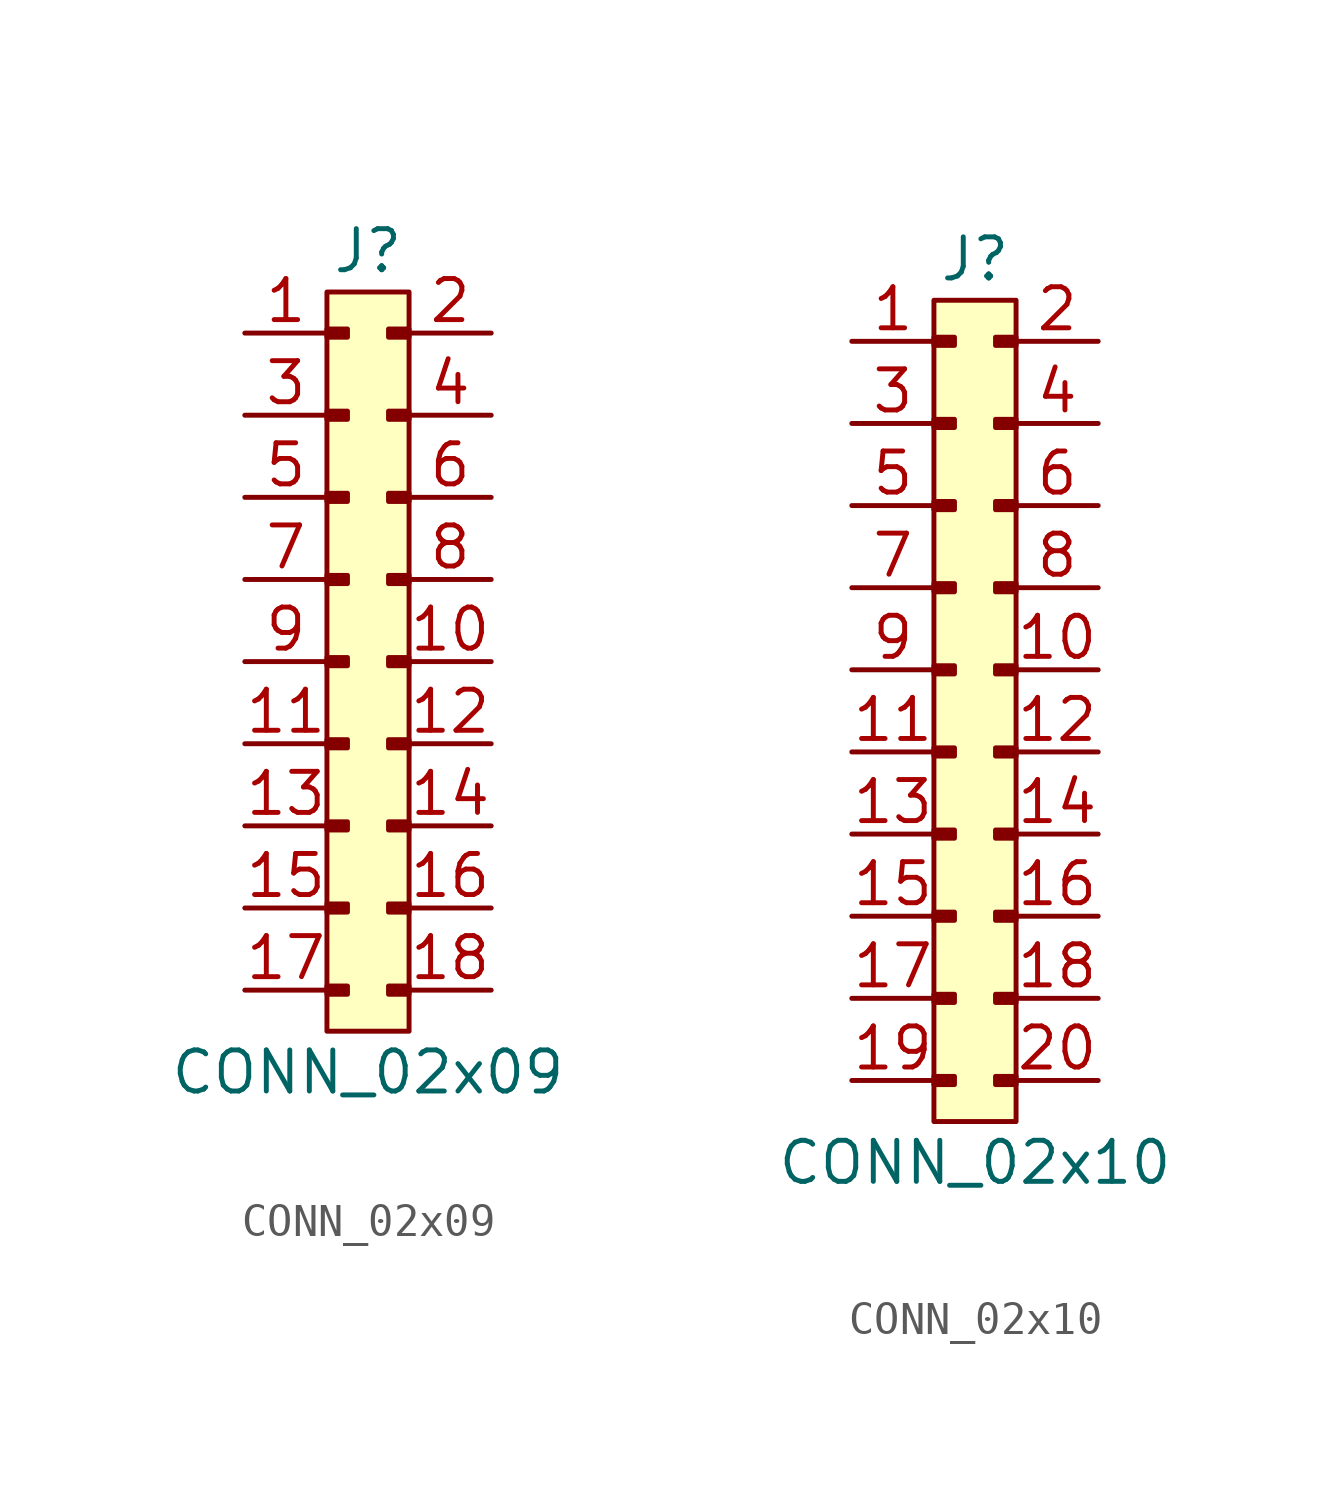
<source format=kicad_sym>
(kicad_symbol_lib
  (version 20211014)
  (generator agg_kicad.build_lib_connector)
  (symbol "CONN_02x09"
    (pin_names hide)
    (property Reference J
      (at -1.27 2.54 0)
      (effects (font (size 1.27 1.27))))
    (property Value "CONN_02x09"
      (at -1.27 -22.86 0)
      (effects (font (size 1.27 1.27))))
    (rectangle
      (start 0 -21.59)
      (end -2.54 1.27)
      (stroke (width 0) (type default) (color 0 0 0 0))
      (fill (type background)))
    (rectangle
      (start 0 0.127)
      (end -0.635 -0.127)
      (stroke (width 0) (type default) (color 0 0 0 0))
      (fill (type outline)))
    (rectangle
      (start -2.54 0.127)
      (end -1.905 -0.127)
      (stroke (width 0) (type default) (color 0 0 0 0))
      (fill (type outline)))
    (rectangle
      (start 0 -2.413)
      (end -0.635 -2.667)
      (stroke (width 0) (type default) (color 0 0 0 0))
      (fill (type outline)))
    (rectangle
      (start -2.54 -2.413)
      (end -1.905 -2.667)
      (stroke (width 0) (type default) (color 0 0 0 0))
      (fill (type outline)))
    (rectangle
      (start 0 -4.953)
      (end -0.635 -5.207)
      (stroke (width 0) (type default) (color 0 0 0 0))
      (fill (type outline)))
    (rectangle
      (start -2.54 -4.953)
      (end -1.905 -5.207)
      (stroke (width 0) (type default) (color 0 0 0 0))
      (fill (type outline)))
    (rectangle
      (start 0 -7.493)
      (end -0.635 -7.747)
      (stroke (width 0) (type default) (color 0 0 0 0))
      (fill (type outline)))
    (rectangle
      (start -2.54 -7.493)
      (end -1.905 -7.747)
      (stroke (width 0) (type default) (color 0 0 0 0))
      (fill (type outline)))
    (rectangle
      (start 0 -10.033)
      (end -0.635 -10.287)
      (stroke (width 0) (type default) (color 0 0 0 0))
      (fill (type outline)))
    (rectangle
      (start -2.54 -10.033)
      (end -1.905 -10.287)
      (stroke (width 0) (type default) (color 0 0 0 0))
      (fill (type outline)))
    (rectangle
      (start 0 -12.573)
      (end -0.635 -12.827)
      (stroke (width 0) (type default) (color 0 0 0 0))
      (fill (type outline)))
    (rectangle
      (start -2.54 -12.573)
      (end -1.905 -12.827)
      (stroke (width 0) (type default) (color 0 0 0 0))
      (fill (type outline)))
    (rectangle
      (start 0 -15.113)
      (end -0.635 -15.367)
      (stroke (width 0) (type default) (color 0 0 0 0))
      (fill (type outline)))
    (rectangle
      (start -2.54 -15.113)
      (end -1.905 -15.367)
      (stroke (width 0) (type default) (color 0 0 0 0))
      (fill (type outline)))
    (rectangle
      (start 0 -17.653)
      (end -0.635 -17.907)
      (stroke (width 0) (type default) (color 0 0 0 0))
      (fill (type outline)))
    (rectangle
      (start -2.54 -17.653)
      (end -1.905 -17.907)
      (stroke (width 0) (type default) (color 0 0 0 0))
      (fill (type outline)))
    (rectangle
      (start 0 -20.193)
      (end -0.635 -20.447)
      (stroke (width 0) (type default) (color 0 0 0 0))
      (fill (type outline)))
    (rectangle
      (start -2.54 -20.193)
      (end -1.905 -20.447)
      (stroke (width 0) (type default) (color 0 0 0 0))
      (fill (type outline)))
    (pin passive line
      (at 2.54 0 180)
      (length 2.54)
      (name "2" (effects (font (size 1.27 1.27))))
      (number "2" (effects (font (size 1.27 1.27)))))
    (pin passive line
      (at -5.08 0 0)
      (length 2.54)
      (name "1" (effects (font (size 1.27 1.27))))
      (number "1" (effects (font (size 1.27 1.27)))))
    (pin passive line
      (at 2.54 -2.54 180)
      (length 2.54)
      (name "4" (effects (font (size 1.27 1.27))))
      (number "4" (effects (font (size 1.27 1.27)))))
    (pin passive line
      (at -5.08 -2.54 0)
      (length 2.54)
      (name "3" (effects (font (size 1.27 1.27))))
      (number "3" (effects (font (size 1.27 1.27)))))
    (pin passive line
      (at 2.54 -5.08 180)
      (length 2.54)
      (name "6" (effects (font (size 1.27 1.27))))
      (number "6" (effects (font (size 1.27 1.27)))))
    (pin passive line
      (at -5.08 -5.08 0)
      (length 2.54)
      (name "5" (effects (font (size 1.27 1.27))))
      (number "5" (effects (font (size 1.27 1.27)))))
    (pin passive line
      (at 2.54 -7.62 180)
      (length 2.54)
      (name "8" (effects (font (size 1.27 1.27))))
      (number "8" (effects (font (size 1.27 1.27)))))
    (pin passive line
      (at -5.08 -7.62 0)
      (length 2.54)
      (name "7" (effects (font (size 1.27 1.27))))
      (number "7" (effects (font (size 1.27 1.27)))))
    (pin passive line
      (at 2.54 -10.16 180)
      (length 2.54)
      (name "10" (effects (font (size 1.27 1.27))))
      (number "10" (effects (font (size 1.27 1.27)))))
    (pin passive line
      (at -5.08 -10.16 0)
      (length 2.54)
      (name "9" (effects (font (size 1.27 1.27))))
      (number "9" (effects (font (size 1.27 1.27)))))
    (pin passive line
      (at 2.54 -12.7 180)
      (length 2.54)
      (name "12" (effects (font (size 1.27 1.27))))
      (number "12" (effects (font (size 1.27 1.27)))))
    (pin passive line
      (at -5.08 -12.7 0)
      (length 2.54)
      (name "11" (effects (font (size 1.27 1.27))))
      (number "11" (effects (font (size 1.27 1.27)))))
    (pin passive line
      (at 2.54 -15.24 180)
      (length 2.54)
      (name "14" (effects (font (size 1.27 1.27))))
      (number "14" (effects (font (size 1.27 1.27)))))
    (pin passive line
      (at -5.08 -15.24 0)
      (length 2.54)
      (name "13" (effects (font (size 1.27 1.27))))
      (number "13" (effects (font (size 1.27 1.27)))))
    (pin passive line
      (at 2.54 -17.78 180)
      (length 2.54)
      (name "16" (effects (font (size 1.27 1.27))))
      (number "16" (effects (font (size 1.27 1.27)))))
    (pin passive line
      (at -5.08 -17.78 0)
      (length 2.54)
      (name "15" (effects (font (size 1.27 1.27))))
      (number "15" (effects (font (size 1.27 1.27)))))
    (pin passive line
      (at 2.54 -20.32 180)
      (length 2.54)
      (name "18" (effects (font (size 1.27 1.27))))
      (number "18" (effects (font (size 1.27 1.27)))))
    (pin passive line
      (at -5.08 -20.32 0)
      (length 2.54)
      (name "17" (effects (font (size 1.27 1.27))))
      (number "17" (effects (font (size 1.27 1.27))))))
  (symbol "CONN_02x10"
    (pin_names hide)
    (property Reference J
      (at -1.27 2.54 0)
      (effects (font (size 1.27 1.27))))
    (property Value "CONN_02x10"
      (at -1.27 -25.4 0)
      (effects (font (size 1.27 1.27))))
    (rectangle
      (start 0 -24.13)
      (end -2.54 1.27)
      (stroke (width 0) (type default) (color 0 0 0 0))
      (fill (type background)))
    (rectangle
      (start 0 0.127)
      (end -0.635 -0.127)
      (stroke (width 0) (type default) (color 0 0 0 0))
      (fill (type outline)))
    (rectangle
      (start -2.54 0.127)
      (end -1.905 -0.127)
      (stroke (width 0) (type default) (color 0 0 0 0))
      (fill (type outline)))
    (rectangle
      (start 0 -2.413)
      (end -0.635 -2.667)
      (stroke (width 0) (type default) (color 0 0 0 0))
      (fill (type outline)))
    (rectangle
      (start -2.54 -2.413)
      (end -1.905 -2.667)
      (stroke (width 0) (type default) (color 0 0 0 0))
      (fill (type outline)))
    (rectangle
      (start 0 -4.953)
      (end -0.635 -5.207)
      (stroke (width 0) (type default) (color 0 0 0 0))
      (fill (type outline)))
    (rectangle
      (start -2.54 -4.953)
      (end -1.905 -5.207)
      (stroke (width 0) (type default) (color 0 0 0 0))
      (fill (type outline)))
    (rectangle
      (start 0 -7.493)
      (end -0.635 -7.747)
      (stroke (width 0) (type default) (color 0 0 0 0))
      (fill (type outline)))
    (rectangle
      (start -2.54 -7.493)
      (end -1.905 -7.747)
      (stroke (width 0) (type default) (color 0 0 0 0))
      (fill (type outline)))
    (rectangle
      (start 0 -10.033)
      (end -0.635 -10.287)
      (stroke (width 0) (type default) (color 0 0 0 0))
      (fill (type outline)))
    (rectangle
      (start -2.54 -10.033)
      (end -1.905 -10.287)
      (stroke (width 0) (type default) (color 0 0 0 0))
      (fill (type outline)))
    (rectangle
      (start 0 -12.573)
      (end -0.635 -12.827)
      (stroke (width 0) (type default) (color 0 0 0 0))
      (fill (type outline)))
    (rectangle
      (start -2.54 -12.573)
      (end -1.905 -12.827)
      (stroke (width 0) (type default) (color 0 0 0 0))
      (fill (type outline)))
    (rectangle
      (start 0 -15.113)
      (end -0.635 -15.367)
      (stroke (width 0) (type default) (color 0 0 0 0))
      (fill (type outline)))
    (rectangle
      (start -2.54 -15.113)
      (end -1.905 -15.367)
      (stroke (width 0) (type default) (color 0 0 0 0))
      (fill (type outline)))
    (rectangle
      (start 0 -17.653)
      (end -0.635 -17.907)
      (stroke (width 0) (type default) (color 0 0 0 0))
      (fill (type outline)))
    (rectangle
      (start -2.54 -17.653)
      (end -1.905 -17.907)
      (stroke (width 0) (type default) (color 0 0 0 0))
      (fill (type outline)))
    (rectangle
      (start 0 -20.193)
      (end -0.635 -20.447)
      (stroke (width 0) (type default) (color 0 0 0 0))
      (fill (type outline)))
    (rectangle
      (start -2.54 -20.193)
      (end -1.905 -20.447)
      (stroke (width 0) (type default) (color 0 0 0 0))
      (fill (type outline)))
    (rectangle
      (start 0 -22.733)
      (end -0.635 -22.987)
      (stroke (width 0) (type default) (color 0 0 0 0))
      (fill (type outline)))
    (rectangle
      (start -2.54 -22.733)
      (end -1.905 -22.987)
      (stroke (width 0) (type default) (color 0 0 0 0))
      (fill (type outline)))
    (pin passive line
      (at 2.54 0 180)
      (length 2.54)
      (name "2" (effects (font (size 1.27 1.27))))
      (number "2" (effects (font (size 1.27 1.27)))))
    (pin passive line
      (at -5.08 0 0)
      (length 2.54)
      (name "1" (effects (font (size 1.27 1.27))))
      (number "1" (effects (font (size 1.27 1.27)))))
    (pin passive line
      (at 2.54 -2.54 180)
      (length 2.54)
      (name "4" (effects (font (size 1.27 1.27))))
      (number "4" (effects (font (size 1.27 1.27)))))
    (pin passive line
      (at -5.08 -2.54 0)
      (length 2.54)
      (name "3" (effects (font (size 1.27 1.27))))
      (number "3" (effects (font (size 1.27 1.27)))))
    (pin passive line
      (at 2.54 -5.08 180)
      (length 2.54)
      (name "6" (effects (font (size 1.27 1.27))))
      (number "6" (effects (font (size 1.27 1.27)))))
    (pin passive line
      (at -5.08 -5.08 0)
      (length 2.54)
      (name "5" (effects (font (size 1.27 1.27))))
      (number "5" (effects (font (size 1.27 1.27)))))
    (pin passive line
      (at 2.54 -7.62 180)
      (length 2.54)
      (name "8" (effects (font (size 1.27 1.27))))
      (number "8" (effects (font (size 1.27 1.27)))))
    (pin passive line
      (at -5.08 -7.62 0)
      (length 2.54)
      (name "7" (effects (font (size 1.27 1.27))))
      (number "7" (effects (font (size 1.27 1.27)))))
    (pin passive line
      (at 2.54 -10.16 180)
      (length 2.54)
      (name "10" (effects (font (size 1.27 1.27))))
      (number "10" (effects (font (size 1.27 1.27)))))
    (pin passive line
      (at -5.08 -10.16 0)
      (length 2.54)
      (name "9" (effects (font (size 1.27 1.27))))
      (number "9" (effects (font (size 1.27 1.27)))))
    (pin passive line
      (at 2.54 -12.7 180)
      (length 2.54)
      (name "12" (effects (font (size 1.27 1.27))))
      (number "12" (effects (font (size 1.27 1.27)))))
    (pin passive line
      (at -5.08 -12.7 0)
      (length 2.54)
      (name "11" (effects (font (size 1.27 1.27))))
      (number "11" (effects (font (size 1.27 1.27)))))
    (pin passive line
      (at 2.54 -15.24 180)
      (length 2.54)
      (name "14" (effects (font (size 1.27 1.27))))
      (number "14" (effects (font (size 1.27 1.27)))))
    (pin passive line
      (at -5.08 -15.24 0)
      (length 2.54)
      (name "13" (effects (font (size 1.27 1.27))))
      (number "13" (effects (font (size 1.27 1.27)))))
    (pin passive line
      (at 2.54 -17.78 180)
      (length 2.54)
      (name "16" (effects (font (size 1.27 1.27))))
      (number "16" (effects (font (size 1.27 1.27)))))
    (pin passive line
      (at -5.08 -17.78 0)
      (length 2.54)
      (name "15" (effects (font (size 1.27 1.27))))
      (number "15" (effects (font (size 1.27 1.27)))))
    (pin passive line
      (at 2.54 -20.32 180)
      (length 2.54)
      (name "18" (effects (font (size 1.27 1.27))))
      (number "18" (effects (font (size 1.27 1.27)))))
    (pin passive line
      (at -5.08 -20.32 0)
      (length 2.54)
      (name "17" (effects (font (size 1.27 1.27))))
      (number "17" (effects (font (size 1.27 1.27)))))
    (pin passive line
      (at 2.54 -22.86 180)
      (length 2.54)
      (name "20" (effects (font (size 1.27 1.27))))
      (number "20" (effects (font (size 1.27 1.27)))))
    (pin passive line
      (at -5.08 -22.86 0)
      (length 2.54)
      (name "19" (effects (font (size 1.27 1.27))))
      (number "19" (effects (font (size 1.27 1.27)))))))
</source>
